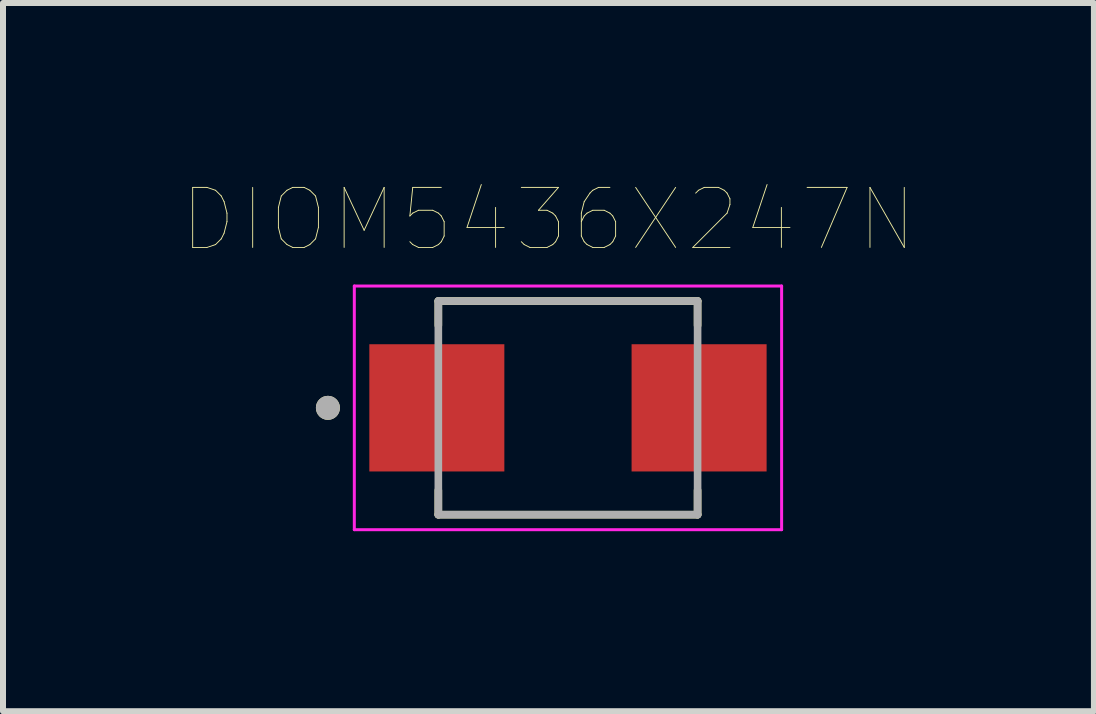
<source format=kicad_pcb>
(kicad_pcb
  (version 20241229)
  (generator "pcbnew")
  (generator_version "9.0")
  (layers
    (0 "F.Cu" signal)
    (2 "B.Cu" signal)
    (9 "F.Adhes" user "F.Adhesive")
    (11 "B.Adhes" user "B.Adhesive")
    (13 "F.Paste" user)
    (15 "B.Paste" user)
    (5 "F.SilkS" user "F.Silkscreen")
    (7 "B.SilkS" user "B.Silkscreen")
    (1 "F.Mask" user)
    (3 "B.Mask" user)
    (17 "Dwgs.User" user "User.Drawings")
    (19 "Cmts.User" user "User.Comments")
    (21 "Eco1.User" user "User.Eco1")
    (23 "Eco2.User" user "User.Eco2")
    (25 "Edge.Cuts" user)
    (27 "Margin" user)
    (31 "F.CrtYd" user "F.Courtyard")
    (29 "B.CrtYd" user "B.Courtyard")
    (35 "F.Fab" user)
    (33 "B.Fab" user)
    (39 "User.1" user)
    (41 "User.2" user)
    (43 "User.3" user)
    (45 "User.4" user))
  (footprint "DIOM5436X247N"
    (layer "F.Cu")
    (at 6.414 3.746)
    (property "Reference" "DIOM5436X247N" (at -0.325 -3.135 0) (layer "F.SilkS") (effects (font (size 1 1) (thickness 0.015))))
    (attr through_hole)
    (fp_line (start -2.16 -1.78) (end 2.16 -1.78) (stroke (width 0.127) (type solid)) (layer "F.SilkS"))
    (fp_line (start -2.16 -1.374) (end -2.16 -1.78) (stroke (width 0.127) (type solid)) (layer "F.SilkS"))
    (fp_line (start -2.16 1.374) (end -2.16 1.78) (stroke (width 0.127) (type solid)) (layer "F.SilkS"))
    (fp_line (start -2.16 1.78) (end 2.16 1.78) (stroke (width 0.127) (type solid)) (layer "F.SilkS"))
    (fp_line (start 2.16 -1.78) (end 2.16 -1.374) (stroke (width 0.127) (type solid)) (layer "F.SilkS"))
    (fp_line (start 2.16 1.78) (end 2.16 1.374) (stroke (width 0.127) (type solid)) (layer "F.SilkS"))
    (fp_circle (center -4 0) (end -3.9 0) (stroke (width 0.2) (type solid)) (fill no) (layer "F.SilkS"))
    (fp_line (start -3.56 -2.03) (end 3.56 -2.03) (stroke (width 0.05) (type solid)) (layer "F.CrtYd"))
    (fp_line (start -3.56 2.03) (end -3.56 -2.03) (stroke (width 0.05) (type solid)) (layer "F.CrtYd"))
    (fp_line (start 3.56 -2.03) (end 3.56 2.03) (stroke (width 0.05) (type solid)) (layer "F.CrtYd"))
    (fp_line (start 3.56 2.03) (end -3.56 2.03) (stroke (width 0.05) (type solid)) (layer "F.CrtYd"))
    (fp_line (start -2.16 -1.78) (end 2.16 -1.78) (stroke (width 0.127) (type solid)) (layer "F.Fab"))
    (fp_line (start -2.16 1.78) (end -2.16 -1.78) (stroke (width 0.127) (type solid)) (layer "F.Fab"))
    (fp_line (start 2.16 -1.78) (end 2.16 1.78) (stroke (width 0.127) (type solid)) (layer "F.Fab"))
    (fp_line (start 2.16 1.78) (end -2.16 1.78) (stroke (width 0.127) (type solid)) (layer "F.Fab"))
    (fp_circle (center -4 0) (end -3.9 0) (stroke (width 0.2) (type solid)) (fill no) (layer "F.Fab"))
    (pad "A" smd rect (at 2.185 0) (size 2.25 2.12) (layers "F.Cu" "F.Mask" "F.Paste"))
    (pad "C" smd rect (at -2.185 0) (size 2.25 2.12) (layers "F.Cu" "F.Mask" "F.Paste")))
  (gr_rect
    (start -3 -3)
    (end 15.178 8.801)
    (stroke (width 0.1) (type default))
    (fill no)
    (layer "Edge.Cuts")))
</source>
